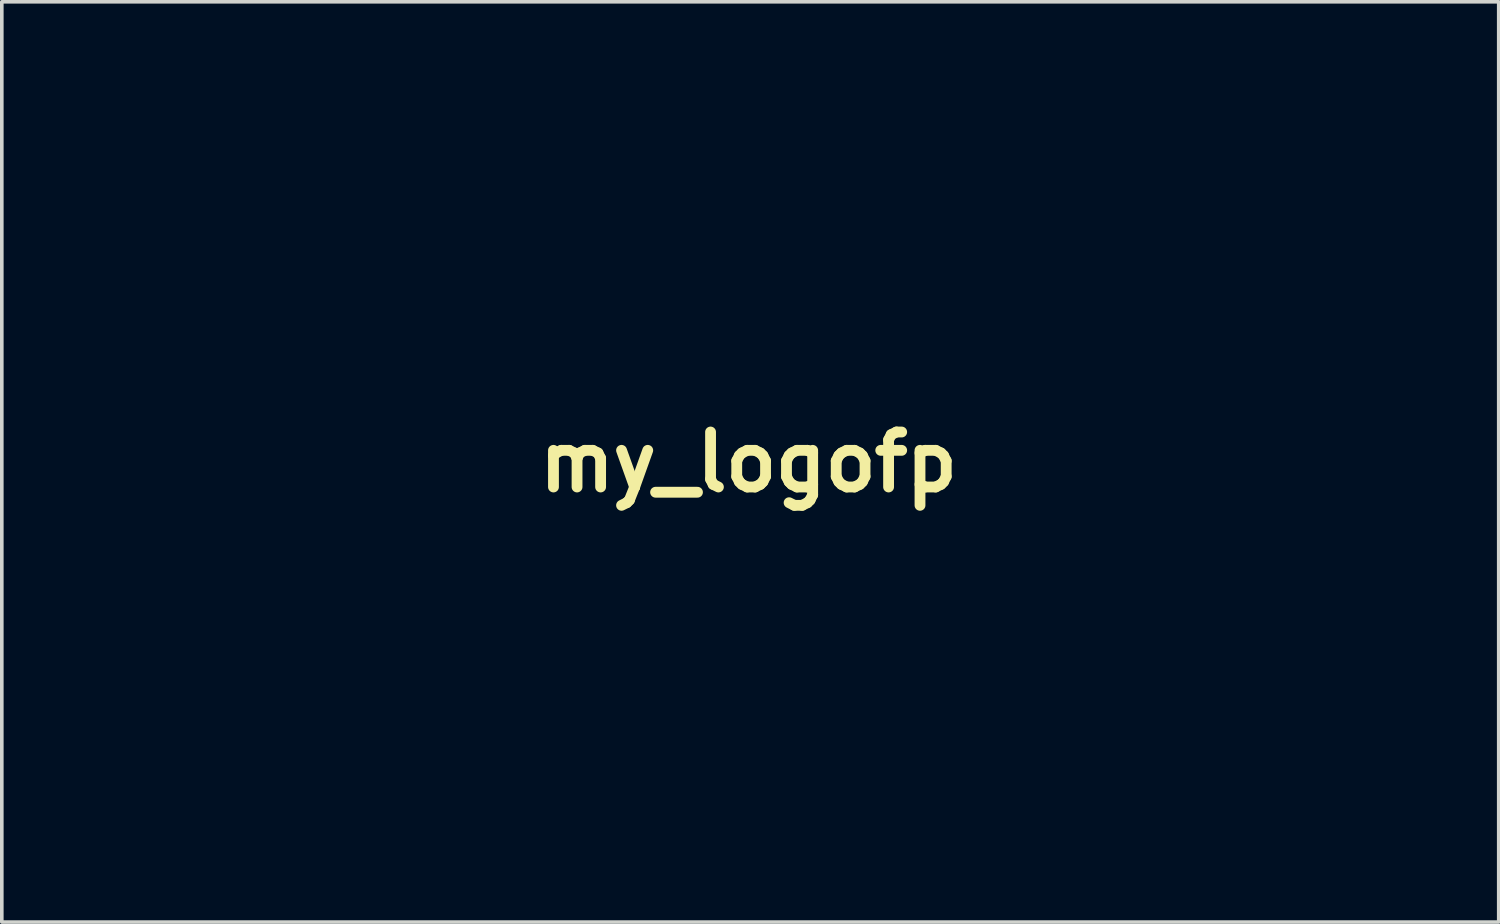
<source format=kicad_pcb>
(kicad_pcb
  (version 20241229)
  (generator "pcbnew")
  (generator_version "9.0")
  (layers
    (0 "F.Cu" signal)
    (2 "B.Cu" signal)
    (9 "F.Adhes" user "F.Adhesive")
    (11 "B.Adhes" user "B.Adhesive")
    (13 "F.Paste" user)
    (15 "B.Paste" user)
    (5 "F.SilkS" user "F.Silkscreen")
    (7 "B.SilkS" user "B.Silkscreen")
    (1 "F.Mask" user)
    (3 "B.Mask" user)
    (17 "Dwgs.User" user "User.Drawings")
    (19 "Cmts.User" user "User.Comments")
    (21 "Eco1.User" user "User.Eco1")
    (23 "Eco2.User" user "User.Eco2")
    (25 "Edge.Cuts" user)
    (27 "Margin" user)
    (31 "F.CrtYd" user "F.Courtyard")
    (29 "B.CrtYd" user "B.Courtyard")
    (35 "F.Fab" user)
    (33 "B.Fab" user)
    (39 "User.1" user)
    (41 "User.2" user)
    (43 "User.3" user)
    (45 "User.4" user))
  (footprint "my_logofp"
    (layer "F.Cu")
    (at 17.699 9.76)
    (property "Reference" "my_logofp" (at 0 0 0) (layer "F.SilkS") (effects (font (size 1.524 1.524) (thickness 0.3))))
    (attr through_hole)
    (fp_poly (pts (xy -11.684 -4.699) (xy -11.726 -4.657) (xy -11.769 -4.699) (xy -11.726 -4.741) (xy -11.684 -4.699)) (stroke (width 0.01) (type solid)) (fill no) (layer "Eco2.User"))
    (fp_poly (pts (xy -11.43 -6.562) (xy -11.472 -6.519) (xy -11.515 -6.562) (xy -11.472 -6.604) (xy -11.43 -6.562)) (stroke (width 0.01) (type solid)) (fill no) (layer "Eco2.User"))
    (fp_poly (pts (xy -10.499 -6.562) (xy -10.541 -6.519) (xy -10.583 -6.562) (xy -10.541 -6.604) (xy -10.499 -6.562)) (stroke (width 0.01) (type solid)) (fill no) (layer "Eco2.User"))
    (fp_poly (pts (xy -8.467 -6.9) (xy -8.509 -6.858) (xy -8.551 -6.9) (xy -8.509 -6.943) (xy -8.467 -6.9)) (stroke (width 0.01) (type solid)) (fill no) (layer "Eco2.User"))
    (fp_poly (pts (xy -7.535 -4.022) (xy -7.578 -3.979) (xy -7.62 -4.022) (xy -7.578 -4.064) (xy -7.535 -4.022)) (stroke (width 0.01) (type solid)) (fill no) (layer "Eco2.User"))
    (fp_poly (pts (xy -5.757 -4.784) (xy -5.8 -4.741) (xy -5.842 -4.784) (xy -5.8 -4.826) (xy -5.757 -4.784)) (stroke (width 0.01) (type solid)) (fill no) (layer "Eco2.User"))
    (fp_poly (pts (xy 8.805 -4.445) (xy 8.763 -4.403) (xy 8.721 -4.445) (xy 8.763 -4.487) (xy 8.805 -4.445)) (stroke (width 0.01) (type solid)) (fill no) (layer "Eco2.User"))
    (fp_poly (pts (xy -12.136 -4.374) (xy -12.147 -4.324) (xy -12.192 -4.318) (xy -12.262 -4.349) (xy -12.248 -4.374) (xy -12.148 -4.385) (xy -12.136 -4.374)) (stroke (width 0.01) (type solid)) (fill no) (layer "Eco2.User"))
    (fp_poly (pts (xy -11.712 -5.644) (xy -11.724 -5.594) (xy -11.769 -5.588) (xy -11.838 -5.619) (xy -11.825 -5.644) (xy -11.725 -5.655) (xy -11.712 -5.644)) (stroke (width 0.01) (type solid)) (fill no) (layer "Eco2.User"))
    (fp_poly (pts (xy -11.712 -3.104) (xy -11.724 -3.054) (xy -11.769 -3.048) (xy -11.838 -3.079) (xy -11.825 -3.104) (xy -11.725 -3.115) (xy -11.712 -3.104)) (stroke (width 0.01) (type solid)) (fill no) (layer "Eco2.User"))
    (fp_poly (pts (xy -9.679 -4.673) (xy -9.669 -4.54) (xy -9.686 -4.51) (xy -9.724 -4.536) (xy -9.73 -4.621) (xy -9.709 -4.712) (xy -9.679 -4.673)) (stroke (width 0.01) (type solid)) (fill no) (layer "Eco2.User"))
    (fp_poly (pts (xy -8.918 -6.914) (xy -8.93 -6.864) (xy -8.975 -6.858) (xy -9.044 -6.889) (xy -9.031 -6.914) (xy -8.931 -6.925) (xy -8.918 -6.914)) (stroke (width 0.01) (type solid)) (fill no) (layer "Eco2.User"))
    (fp_poly (pts (xy -8.239 -2.895) (xy -8.229 -2.762) (xy -8.246 -2.732) (xy -8.285 -2.758) (xy -8.291 -2.843) (xy -8.27 -2.934) (xy -8.239 -2.895)) (stroke (width 0.01) (type solid)) (fill no) (layer "Eco2.User"))
    (fp_poly (pts (xy -8.239 -2.556) (xy -8.229 -2.424) (xy -8.246 -2.394) (xy -8.285 -2.419) (xy -8.291 -2.505) (xy -8.27 -2.595) (xy -8.239 -2.556)) (stroke (width 0.01) (type solid)) (fill no) (layer "Eco2.User"))
    (fp_poly (pts (xy -7.31 -6.576) (xy -7.321 -6.525) (xy -7.366 -6.519) (xy -7.436 -6.55) (xy -7.422 -6.576) (xy -7.322 -6.586) (xy -7.31 -6.576)) (stroke (width 0.01) (type solid)) (fill no) (layer "Eco2.User"))
    (fp_poly (pts (xy -6.124 -5.644) (xy -6.136 -5.594) (xy -6.181 -5.588) (xy -6.25 -5.619) (xy -6.237 -5.644) (xy -6.137 -5.655) (xy -6.124 -5.644)) (stroke (width 0.01) (type solid)) (fill no) (layer "Eco2.User"))
    (fp_poly (pts (xy -6.124 -3.104) (xy -6.136 -3.054) (xy -6.181 -3.048) (xy -6.25 -3.079) (xy -6.237 -3.104) (xy -6.137 -3.115) (xy -6.124 -3.104)) (stroke (width 0.01) (type solid)) (fill no) (layer "Eco2.User"))
    (fp_poly (pts (xy -5.696 -4.369) (xy -5.721 -4.331) (xy -5.807 -4.325) (xy -5.897 -4.345) (xy -5.858 -4.376) (xy -5.726 -4.386) (xy -5.696 -4.369)) (stroke (width 0.01) (type solid)) (fill no) (layer "Eco2.User"))
    (fp_poly (pts (xy -11.027 -5.397) (xy -10.894 -5.339) (xy -10.866 -5.275) (xy -10.907 -5.173) (xy -11.015 -5.212) (xy -11.087 -5.287) (xy -11.139 -5.381) (xy -11.045 -5.398) (xy -11.027 -5.397)) (stroke (width 0.01) (type solid)) (fill no) (layer "Eco2.User"))
    (fp_poly (pts (xy -9.253 -3.11) (xy -9.239 -2.86) (xy -9.254 -2.687) (xy -9.274 -2.653) (xy -9.286 -2.764) (xy -9.289 -2.921) (xy -9.283 -3.113) (xy -9.268 -3.169) (xy -9.253 -3.11)) (stroke (width 0.01) (type solid)) (fill no) (layer "Eco2.User"))
    (fp_poly (pts (xy -5.458 -4.762) (xy -5.301 -4.72) (xy -5.249 -4.689) (xy -5.316 -4.656) (xy -5.458 -4.663) (xy -5.589 -4.701) (xy -5.623 -4.729) (xy -5.588 -4.769) (xy -5.458 -4.762)) (stroke (width 0.01) (type solid)) (fill no) (layer "Eco2.User"))
    (fp_poly (pts (xy -12.027 -4.782) (xy -11.938 -4.741) (xy -11.871 -4.678) (xy -11.951 -4.676) (xy -12.167 -4.733) (xy -12.192 -4.741) (xy -12.323 -4.791) (xy -12.298 -4.812) (xy -12.234 -4.816) (xy -12.027 -4.782)) (stroke (width 0.01) (type solid)) (fill no) (layer "Eco2.User"))
    (fp_poly (pts (xy -8.499 -6.662) (xy -8.503 -6.628) (xy -8.568 -6.529) (xy -8.685 -6.465) (xy -8.784 -6.464) (xy -8.805 -6.506) (xy -8.742 -6.591) (xy -8.644 -6.664) (xy -8.524 -6.721) (xy -8.499 -6.662)) (stroke (width 0.01) (type solid)) (fill no) (layer "Eco2.User"))
    (fp_poly (pts (xy -12.538 -5.558) (xy -12.576 -5.523) (xy -12.656 -5.379) (xy -12.588 -5.186) (xy -12.565 -5.095) (xy -12.635 -5.091) (xy -12.748 -5.168) (xy -12.785 -5.207) (xy -12.847 -5.343) (xy -12.785 -5.461) (xy -12.652 -5.567) (xy -12.584 -5.587) (xy -12.538 -5.558)) (stroke (width 0.01) (type solid)) (fill no) (layer "Eco2.User"))
    (fp_poly (pts (xy 6.724 -4.44) (xy 6.668 -4.403) (xy 6.535 -4.234) (xy 6.523 -4.005) (xy 6.619 -3.761) (xy 6.812 -3.548) (xy 6.9 -3.489) (xy 7.008 -3.416) (xy 6.97 -3.391) (xy 6.926 -3.389) (xy 6.767 -3.441) (xy 6.578 -3.57) (xy 6.57 -3.577) (xy 6.393 -3.797) (xy 6.299 -4.04) (xy 6.308 -4.247) (xy 6.328 -4.285) (xy 6.454 -4.379) (xy 6.604 -4.438) (xy 6.738 -4.468) (xy 6.724 -4.44)) (stroke (width 0.01) (type solid)) (fill no) (layer "Eco2.User"))
    (fp_poly (pts (xy -11.198 -4.972) (xy -11.122 -4.868) (xy -11.024 -4.756) (xy -10.97 -4.741) (xy -10.846 -4.684) (xy -10.683 -4.545) (xy -10.668 -4.53) (xy -10.469 -4.318) (xy -10.717 -4.319) (xy -10.873 -4.332) (xy -10.876 -4.374) (xy -10.837 -4.403) (xy -10.764 -4.47) (xy -10.821 -4.486) (xy -10.895 -4.529) (xy -10.886 -4.562) (xy -10.925 -4.627) (xy -11.082 -4.684) (xy -11.093 -4.687) (xy -11.279 -4.763) (xy -11.345 -4.866) (xy -11.297 -4.98) (xy -11.198 -4.972)) (stroke (width 0.01) (type solid)) (fill no) (layer "Eco2.User"))
    (fp_poly (pts (xy -11.165 -3.293) (xy -10.973 -3.169) (xy -10.921 -3.128) (xy -10.762 -2.976) (xy -10.724 -2.891) (xy -10.753 -2.88) (xy -10.837 -2.865) (xy -10.772 -2.808) (xy -10.753 -2.796) (xy -10.677 -2.698) (xy -10.717 -2.626) (xy -10.833 -2.598) (xy -11.005 -2.707) (xy -11.165 -2.829) (xy -11.274 -2.879) (xy -11.336 -2.948) (xy -11.345 -3.016) (xy -11.326 -3.106) (xy -11.24 -3.071) (xy -11.197 -3.039) (xy -11.105 -2.972) (xy -11.122 -3.006) (xy -11.007 -3.006) (xy -10.964 -2.963) (xy -10.922 -3.006) (xy -10.964 -3.048) (xy -11.007 -3.006) (xy -11.122 -3.006) (xy -11.124 -3.01) (xy -11.203 -3.105) (xy -11.304 -3.259) (xy -11.283 -3.322) (xy -11.165 -3.293)) (stroke (width 0.01) (type solid)) (fill no) (layer "Eco2.User"))
    (fp_poly (pts (xy 13.835 3.307) (xy 14.243 3.323) (xy 14.53 3.346) (xy 14.677 3.377) (xy 14.69 3.387) (xy 14.641 3.433) (xy 14.437 3.462) (xy 14.102 3.471) (xy 13.462 3.471) (xy 13.462 6.477) (xy 13.461 7.279) (xy 13.459 7.927) (xy 13.453 8.437) (xy 13.445 8.825) (xy 13.432 9.106) (xy 13.415 9.297) (xy 13.393 9.413) (xy 13.365 9.469) (xy 13.335 9.483) (xy 13.301 9.465) (xy 13.274 9.402) (xy 13.252 9.278) (xy 13.236 9.077) (xy 13.224 8.784) (xy 13.216 8.382) (xy 13.211 7.856) (xy 13.209 7.19) (xy 13.208 6.477) (xy 13.208 3.471) (xy 12.615 3.471) (xy 12.311 3.46) (xy 12.101 3.43) (xy 12.023 3.387) (xy 12.023 3.387) (xy 12.105 3.353) (xy 12.342 3.326) (xy 12.721 3.309) (xy 13.228 3.302) (xy 13.33 3.302) (xy 13.835 3.307)) (stroke (width 0.01) (type solid)) (fill no) (layer "Eco2.User"))
    (fp_poly (pts (xy 9.178 3.532) (xy 9.206 3.597) (xy 9.229 3.724) (xy 9.247 3.93) (xy 9.261 4.23) (xy 9.272 4.64) (xy 9.281 5.176) (xy 9.288 5.854) (xy 9.293 6.456) (xy 9.316 9.398) (xy 10.119 9.398) (xy 10.498 9.406) (xy 10.77 9.43) (xy 10.909 9.466) (xy 10.922 9.483) (xy 10.844 9.525) (xy 10.639 9.553) (xy 10.347 9.569) (xy 10.009 9.571) (xy 9.666 9.562) (xy 9.359 9.542) (xy 9.129 9.51) (xy 9.017 9.467) (xy 9.013 9.461) (xy 9.004 9.354) (xy 8.997 9.098) (xy 8.992 8.713) (xy 8.99 8.219) (xy 8.989 7.637) (xy 8.991 6.987) (xy 8.995 6.434) (xy 9.002 5.644) (xy 9.009 5.008) (xy 9.019 4.509) (xy 9.03 4.132) (xy 9.046 3.861) (xy 9.065 3.679) (xy 9.089 3.572) (xy 9.119 3.522) (xy 9.144 3.514) (xy 9.178 3.532)) (stroke (width 0.01) (type solid)) (fill no) (layer "Eco2.User"))
    (fp_poly (pts (xy -8.808 -7.495) (xy -8.398 -7.474) (xy -8.033 -7.438) (xy -7.746 -7.388) (xy -7.572 -7.327) (xy -7.535 -7.28) (xy -7.61 -7.236) (xy -7.793 -7.214) (xy -7.831 -7.214) (xy -8.033 -7.235) (xy -8.075 -7.299) (xy -8.069 -7.311) (xy -8.075 -7.344) (xy -8.157 -7.29) (xy -8.304 -7.216) (xy -8.483 -7.255) (xy -8.522 -7.272) (xy -8.693 -7.333) (xy -8.78 -7.335) (xy -8.743 -7.284) (xy -8.642 -7.241) (xy -8.502 -7.163) (xy -8.467 -7.101) (xy -8.524 -7.082) (xy -8.655 -7.15) (xy -8.88 -7.251) (xy -9.122 -7.281) (xy -9.323 -7.24) (xy -9.424 -7.133) (xy -9.456 -7.03) (xy -9.47 -7.092) (xy -9.473 -7.135) (xy -9.5 -7.217) (xy -9.593 -7.256) (xy -9.79 -7.259) (xy -9.991 -7.247) (xy -10.31 -7.237) (xy -10.466 -7.26) (xy -10.459 -7.308) (xy -10.292 -7.371) (xy -9.97 -7.44) (xy -9.628 -7.48) (xy -9.229 -7.497) (xy -8.808 -7.495)) (stroke (width 0.01) (type solid)) (fill no) (layer "Eco2.User"))
    (fp_poly (pts (xy -10.008 -6.882) (xy -9.948 -6.752) (xy -9.835 -6.402) (xy -9.732 -6.205) (xy -9.631 -6.147) (xy -9.602 -6.153) (xy -9.508 -6.264) (xy -9.483 -6.396) (xy -9.448 -6.575) (xy -9.368 -6.659) (xy -9.277 -6.614) (xy -9.272 -6.605) (xy -9.272 -6.526) (xy -9.299 -6.519) (xy -9.366 -6.446) (xy -9.416 -6.269) (xy -9.416 -6.265) (xy -9.415 -6.069) (xy -9.341 -6.011) (xy -9.295 -5.975) (xy -9.262 -5.853) (xy -9.242 -5.624) (xy -9.231 -5.265) (xy -9.229 -4.826) (xy -9.232 -4.4) (xy -9.239 -4.042) (xy -9.251 -3.782) (xy -9.266 -3.651) (xy -9.271 -3.641) (xy -9.288 -3.72) (xy -9.303 -3.937) (xy -9.315 -4.26) (xy -9.323 -4.657) (xy -9.323 -4.72) (xy -9.326 -5.133) (xy -9.327 -5.485) (xy -9.325 -5.74) (xy -9.322 -5.865) (xy -9.321 -5.869) (xy -9.363 -5.901) (xy -9.397 -5.885) (xy -9.505 -5.905) (xy -9.671 -6.022) (xy -9.734 -6.08) (xy -9.897 -6.224) (xy -10.008 -6.288) (xy -10.027 -6.285) (xy -10.073 -6.291) (xy -10.125 -6.416) (xy -10.191 -6.684) (xy -10.197 -6.71) (xy -10.193 -6.889) (xy -10.113 -6.95) (xy -10.008 -6.882)) (stroke (width 0.01) (type solid)) (fill no) (layer "Eco2.User"))
    (fp_poly (pts (xy -12.775 -5.098) (xy -12.69 -4.974) (xy -12.585 -4.809) (xy -12.514 -4.734) (xy -12.509 -4.651) (xy -12.585 -4.565) (xy -12.688 -4.489) (xy -12.685 -4.528) (xy -12.661 -4.572) (xy -12.63 -4.65) (xy -12.682 -4.614) (xy -12.769 -4.473) (xy -12.83 -4.297) (xy -12.851 -4.126) (xy -12.785 -4.067) (xy -12.747 -4.064) (xy -12.653 -4.105) (xy -12.662 -4.155) (xy -12.646 -4.186) (xy -12.537 -4.134) (xy -12.431 -4.042) (xy -12.464 -3.998) (xy -12.578 -3.91) (xy -12.671 -3.765) (xy -12.718 -3.631) (xy -12.692 -3.603) (xy -12.639 -3.565) (xy -12.615 -3.407) (xy -12.615 -3.392) (xy -12.626 -3.192) (xy -12.667 -3.144) (xy -12.757 -3.232) (xy -12.762 -3.239) (xy -12.869 -3.446) (xy -12.949 -3.774) (xy -12.958 -3.852) (xy -12.954 -3.852) (xy -12.912 -3.81) (xy -12.869 -3.852) (xy -12.912 -3.895) (xy -12.954 -3.852) (xy -12.958 -3.852) (xy -13.007 -4.244) (xy -13.011 -4.298) (xy -13.029 -4.593) (xy -13.016 -4.751) (xy -12.968 -4.801) (xy -12.942 -4.798) (xy -12.874 -4.791) (xy -12.89 -4.805) (xy -12.946 -4.904) (xy -12.947 -5.051) (xy -12.9 -5.155) (xy -12.872 -5.165) (xy -12.775 -5.098)) (stroke (width 0.01) (type solid)) (fill no) (layer "Eco2.User"))
    (fp_poly (pts (xy 16.848 3.511) (xy 17.042 3.571) (xy 17.162 3.635) (xy 17.324 3.743) (xy 17.452 3.857) (xy 17.552 3.998) (xy 17.626 4.185) (xy 17.679 4.44) (xy 17.715 4.783) (xy 17.738 5.233) (xy 17.753 5.812) (xy 17.763 6.538) (xy 17.764 6.57) (xy 17.79 8.78) (xy 17.556 9.058) (xy 17.278 9.317) (xy 16.942 9.478) (xy 16.511 9.555) (xy 16.176 9.567) (xy 15.862 9.563) (xy 15.679 9.541) (xy 15.585 9.49) (xy 15.541 9.399) (xy 15.535 9.377) (xy 15.525 9.249) (xy 15.517 8.973) (xy 15.511 8.57) (xy 15.508 8.062) (xy 15.507 7.47) (xy 15.509 6.816) (xy 15.513 6.35) (xy 15.535 3.641) (xy 15.833 3.641) (xy 15.833 9.313) (xy 16.38 9.313) (xy 16.695 9.305) (xy 16.905 9.264) (xy 17.076 9.173) (xy 17.232 9.046) (xy 17.536 8.779) (xy 17.51 6.612) (xy 17.5 5.934) (xy 17.489 5.403) (xy 17.475 4.999) (xy 17.456 4.699) (xy 17.431 4.483) (xy 17.398 4.328) (xy 17.355 4.213) (xy 17.334 4.171) (xy 17.083 3.872) (xy 16.721 3.696) (xy 16.26 3.641) (xy 15.833 3.641) (xy 15.535 3.641) (xy 15.536 3.514) (xy 16.214 3.491) (xy 16.589 3.487) (xy 16.848 3.511)) (stroke (width 0.01) (type solid)) (fill no) (layer "Eco2.User"))
    (fp_poly (pts (xy -11.515 -4.39) (xy -11.311 -4.266) (xy -11.261 -4.135) (xy -11.296 -4.021) (xy -11.358 -4.03) (xy -11.416 -4.04) (xy -11.395 -3.991) (xy -11.283 -3.936) (xy -11.235 -3.953) (xy -11.028 -4.027) (xy -10.883 -3.98) (xy -10.837 -3.849) (xy -10.775 -3.644) (xy -10.694 -3.545) (xy -10.6 -3.483) (xy -10.614 -3.535) (xy -10.614 -3.625) (xy -10.546 -3.641) (xy -10.457 -3.69) (xy -10.418 -3.857) (xy -10.414 -3.99) (xy -10.403 -4.205) (xy -10.363 -4.276) (xy -10.308 -4.251) (xy -10.267 -4.137) (xy -10.232 -3.893) (xy -10.204 -3.557) (xy -10.184 -3.165) (xy -10.174 -2.754) (xy -10.174 -2.36) (xy -10.184 -2.021) (xy -10.206 -1.774) (xy -10.241 -1.654) (xy -10.245 -1.651) (xy -10.288 -1.702) (xy -10.317 -1.911) (xy -10.329 -2.268) (xy -10.329 -2.358) (xy -10.329 -3.117) (xy -10.749 -3.429) (xy -10.499 -3.429) (xy -10.456 -3.387) (xy -10.414 -3.429) (xy -10.456 -3.471) (xy -10.499 -3.429) (xy -10.749 -3.429) (xy -10.901 -3.542) (xy -11.28 -3.839) (xy -11.294 -3.852) (xy -11.091 -3.852) (xy -11.049 -3.81) (xy -11.007 -3.852) (xy -11.049 -3.895) (xy -11.091 -3.852) (xy -11.294 -3.852) (xy -11.557 -4.087) (xy -11.724 -4.275) (xy -11.776 -4.394) (xy -11.703 -4.434) (xy -11.515 -4.39)) (stroke (width 0.01) (type solid)) (fill no) (layer "Eco2.User"))
    (fp_poly (pts (xy -8.796 3.711) (xy -8.497 3.906) (xy -8.365 4.074) (xy -8.307 4.294) (xy -8.297 4.509) (xy -8.323 4.78) (xy -8.385 4.894) (xy -8.458 4.85) (xy -8.518 4.649) (xy -8.535 4.504) (xy -8.623 4.164) (xy -8.833 3.939) (xy -9.167 3.826) (xy -9.403 3.81) (xy -9.721 3.84) (xy -9.964 3.949) (xy -10.069 4.029) (xy -10.329 4.248) (xy -10.329 6.52) (xy -10.327 7.129) (xy -10.322 7.687) (xy -10.314 8.169) (xy -10.303 8.553) (xy -10.29 8.814) (xy -10.277 8.929) (xy -10.118 9.127) (xy -9.851 9.253) (xy -9.526 9.304) (xy -9.19 9.272) (xy -8.892 9.152) (xy -8.812 9.094) (xy -8.639 8.917) (xy -8.565 8.724) (xy -8.551 8.501) (xy -8.534 8.253) (xy -8.476 8.142) (xy -8.424 8.128) (xy -8.343 8.175) (xy -8.304 8.336) (xy -8.297 8.535) (xy -8.318 8.82) (xy -8.398 9.016) (xy -8.53 9.165) (xy -8.898 9.435) (xy -9.286 9.548) (xy -9.721 9.508) (xy -9.945 9.44) (xy -10.315 9.233) (xy -10.551 8.923) (xy -10.629 8.677) (xy -10.642 8.523) (xy -10.652 8.227) (xy -10.657 7.814) (xy -10.659 7.312) (xy -10.657 6.747) (xy -10.652 6.333) (xy -10.626 4.244) (xy -10.383 3.991) (xy -10.043 3.746) (xy -9.633 3.616) (xy -9.202 3.604) (xy -8.796 3.711)) (stroke (width 0.01) (type solid)) (fill no) (layer "Eco2.User"))
    (fp_poly (pts (xy 0.48 3.492) (xy 0.828 3.565) (xy 1.087 3.707) (xy 1.296 3.933) (xy 1.368 4.041) (xy 1.428 4.143) (xy 1.475 4.248) (xy 1.511 4.378) (xy 1.537 4.554) (xy 1.556 4.799) (xy 1.57 5.134) (xy 1.58 5.582) (xy 1.588 6.164) (xy 1.594 6.569) (xy 1.621 8.778) (xy 1.386 9.057) (xy 1.165 9.267) (xy 0.921 9.43) (xy 0.875 9.452) (xy 0.673 9.504) (xy 0.385 9.542) (xy 0.061 9.564) (xy -0.248 9.567) (xy -0.493 9.551) (xy -0.62 9.511) (xy -0.621 9.511) (xy -0.634 9.416) (xy -0.646 9.171) (xy -0.657 8.796) (xy -0.665 8.311) (xy -0.672 7.734) (xy -0.676 7.086) (xy -0.677 6.463) (xy -0.677 3.641) (xy -0.339 3.641) (xy -0.339 9.313) (xy 0.22 9.313) (xy 0.53 9.307) (xy 0.732 9.273) (xy 0.886 9.19) (xy 1.054 9.038) (xy 1.074 9.018) (xy 1.37 8.723) (xy 1.341 6.584) (xy 1.331 5.924) (xy 1.321 5.411) (xy 1.309 5.023) (xy 1.292 4.737) (xy 1.269 4.531) (xy 1.237 4.382) (xy 1.195 4.269) (xy 1.14 4.168) (xy 1.124 4.142) (xy 0.896 3.866) (xy 0.608 3.707) (xy 0.218 3.644) (xy 0.081 3.641) (xy -0.339 3.641) (xy -0.677 3.641) (xy -0.677 3.471) (xy 0.004 3.471) (xy 0.48 3.492)) (stroke (width 0.01) (type solid)) (fill no) (layer "Eco2.User"))
    (fp_poly (pts (xy -7.226 -6.157) (xy -7.241 -6.144) (xy -7.387 -6.12) (xy -7.571 -6.048) (xy -7.62 -5.917) (xy -7.664 -5.787) (xy -7.726 -5.764) (xy -7.946 -5.776) (xy -8.067 -5.719) (xy -8.118 -5.559) (xy -8.128 -5.289) (xy -8.098 -4.957) (xy -8.012 -4.776) (xy -7.872 -4.751) (xy -7.746 -4.827) (xy -7.647 -4.943) (xy -7.624 -5.033) (xy -7.684 -5.047) (xy -7.718 -5.03) (xy -7.777 -5.019) (xy -7.762 -5.056) (xy -7.647 -5.108) (xy -7.507 -5.103) (xy -7.329 -5.131) (xy -7.224 -5.255) (xy -7.227 -5.292) (xy -7.112 -5.292) (xy -7.07 -5.249) (xy -7.027 -5.292) (xy -7.07 -5.334) (xy -7.112 -5.292) (xy -7.227 -5.292) (xy -7.238 -5.416) (xy -7.244 -5.426) (xy -7.247 -5.495) (xy -7.146 -5.48) (xy -7.027 -5.415) (xy -6.964 -5.343) (xy -7.012 -5.249) (xy -7.149 -5.125) (xy -7.329 -5.005) (xy -7.462 -4.965) (xy -7.48 -4.971) (xy -7.523 -4.967) (xy -7.507 -4.933) (xy -7.536 -4.836) (xy -7.672 -4.689) (xy -7.769 -4.611) (xy -7.985 -4.44) (xy -8.153 -4.289) (xy -8.191 -4.247) (xy -8.274 -4.161) (xy -8.297 -4.216) (xy -8.297 -4.254) (xy -8.249 -4.407) (xy -8.209 -4.447) (xy -8.156 -4.562) (xy -8.166 -4.644) (xy -8.2 -4.808) (xy -8.237 -5.067) (xy -8.255 -5.222) (xy -8.274 -5.481) (xy -8.244 -5.641) (xy -8.135 -5.771) (xy -7.942 -5.919) (xy -7.679 -6.078) (xy -7.444 -6.162) (xy -7.37 -6.168) (xy -7.226 -6.157)) (stroke (width 0.01) (type solid)) (fill no) (layer "Eco2.User"))
    (fp_poly (pts (xy -4.919 3.574) (xy -4.891 3.637) (xy -4.87 3.761) (xy -4.853 3.963) (xy -4.842 4.258) (xy -4.834 4.662) (xy -4.829 5.191) (xy -4.826 5.861) (xy -4.826 6.519) (xy -4.827 7.315) (xy -4.829 7.957) (xy -4.835 8.461) (xy -4.843 8.843) (xy -4.856 9.12) (xy -4.873 9.306) (xy -4.896 9.418) (xy -4.925 9.471) (xy -4.953 9.483) (xy -4.999 9.461) (xy -5.033 9.381) (xy -5.056 9.222) (xy -5.071 8.96) (xy -5.078 8.575) (xy -5.08 8.044) (xy -5.08 8.001) (xy -5.08 6.519) (xy -6.773 6.519) (xy -6.773 8.001) (xy -6.775 8.543) (xy -6.782 8.938) (xy -6.796 9.207) (xy -6.818 9.373) (xy -6.851 9.458) (xy -6.897 9.483) (xy -6.9 9.483) (xy -6.947 9.461) (xy -6.981 9.381) (xy -7.004 9.222) (xy -7.018 8.96) (xy -7.025 8.575) (xy -7.027 8.044) (xy -7.027 8.001) (xy -7.027 6.519) (xy -7.281 6.519) (xy -7.46 6.495) (xy -7.535 6.436) (xy -7.535 6.435) (xy -7.462 6.375) (xy -7.284 6.35) (xy -7.281 6.35) (xy -7.027 6.35) (xy -7.027 4.953) (xy -7.025 4.427) (xy -7.018 4.049) (xy -7.002 3.795) (xy -6.978 3.643) (xy -6.942 3.571) (xy -6.902 3.556) (xy -6.855 3.581) (xy -6.819 3.671) (xy -6.793 3.848) (xy -6.775 4.134) (xy -6.762 4.552) (xy -6.754 4.932) (xy -6.731 6.308) (xy -5.905 6.332) (xy -5.08 6.356) (xy -5.08 4.956) (xy -5.078 4.431) (xy -5.071 4.053) (xy -5.056 3.799) (xy -5.032 3.646) (xy -4.996 3.573) (xy -4.953 3.556) (xy -4.919 3.574)) (stroke (width 0.01) (type solid)) (fill no) (layer "Eco2.User"))
    (fp_poly (pts (xy -17.512 3.539) (xy -17.44 3.639) (xy -17.341 3.825) (xy -17.207 4.115) (xy -17.025 4.529) (xy -16.852 4.934) (xy -16.669 5.353) (xy -16.508 5.706) (xy -16.38 5.969) (xy -16.297 6.118) (xy -16.272 6.14) (xy -16.226 6.051) (xy -16.127 5.832) (xy -15.987 5.511) (xy -15.82 5.117) (xy -15.706 4.847) (xy -15.509 4.377) (xy -15.347 4.008) (xy -15.218 3.747) (xy -15.117 3.6) (xy -15.042 3.574) (xy -14.989 3.676) (xy -14.956 3.913) (xy -14.94 4.291) (xy -14.937 4.817) (xy -14.943 5.499) (xy -14.957 6.342) (xy -14.959 6.45) (xy -14.975 7.282) (xy -14.992 7.958) (xy -15.011 8.493) (xy -15.034 8.9) (xy -15.062 9.195) (xy -15.097 9.389) (xy -15.139 9.499) (xy -15.19 9.537) (xy -15.248 9.52) (xy -15.266 9.427) (xy -15.278 9.185) (xy -15.287 8.816) (xy -15.29 8.34) (xy -15.288 7.779) (xy -15.28 7.152) (xy -15.277 6.96) (xy -15.232 4.445) (xy -15.695 5.546) (xy -15.87 5.944) (xy -16.032 6.281) (xy -16.166 6.53) (xy -16.258 6.659) (xy -16.276 6.671) (xy -16.362 6.606) (xy -16.498 6.385) (xy -16.684 6.007) (xy -16.897 5.528) (xy -17.399 4.36) (xy -17.421 6.897) (xy -17.43 7.67) (xy -17.441 8.287) (xy -17.456 8.763) (xy -17.475 9.112) (xy -17.501 9.348) (xy -17.534 9.486) (xy -17.575 9.54) (xy -17.626 9.523) (xy -17.637 9.512) (xy -17.654 9.414) (xy -17.668 9.171) (xy -17.679 8.806) (xy -17.687 8.344) (xy -17.692 7.808) (xy -17.694 7.221) (xy -17.694 6.607) (xy -17.692 5.99) (xy -17.687 5.393) (xy -17.679 4.839) (xy -17.669 4.353) (xy -17.657 3.957) (xy -17.643 3.676) (xy -17.626 3.533) (xy -17.62 3.52) (xy -17.569 3.505) (xy -17.512 3.539)) (stroke (width 0.01) (type solid)) (fill no) (layer "Eco2.User"))
    (fp_poly (pts (xy -2.669 3.49) (xy -2.638 3.518) (xy -2.607 3.617) (xy -2.55 3.864) (xy -2.472 4.238) (xy -2.376 4.721) (xy -2.266 5.292) (xy -2.146 5.932) (xy -2.039 6.519) (xy -1.914 7.206) (xy -1.798 7.844) (xy -1.693 8.412) (xy -1.604 8.892) (xy -1.534 9.261) (xy -1.488 9.502) (xy -1.469 9.588) (xy -1.497 9.704) (xy -1.606 9.744) (xy -1.712 9.683) (xy -1.718 9.673) (xy -1.746 9.568) (xy -1.794 9.334) (xy -1.856 9.006) (xy -1.911 8.696) (xy -2.07 7.783) (xy -2.664 7.807) (xy -3.259 7.832) (xy -3.401 8.721) (xy -3.46 9.086) (xy -3.508 9.383) (xy -3.54 9.576) (xy -3.55 9.631) (xy -3.626 9.649) (xy -3.694 9.652) (xy -3.788 9.61) (xy -3.793 9.46) (xy -3.786 9.419) (xy -3.677 8.821) (xy -3.61 8.372) (xy -3.585 8.059) (xy -3.6 7.867) (xy -3.648 7.785) (xy -3.717 7.71) (xy -3.645 7.621) (xy -3.62 7.602) (xy -3.564 7.527) (xy -3.545 7.475) (xy -3.161 7.475) (xy -3.16 7.556) (xy -3.062 7.59) (xy -2.846 7.613) (xy -2.61 7.62) (xy -2.329 7.616) (xy -2.181 7.594) (xy -2.13 7.539) (xy -2.141 7.438) (xy -2.143 7.429) (xy -2.172 7.283) (xy -2.225 7.003) (xy -2.294 6.623) (xy -2.374 6.177) (xy -2.422 5.907) (xy -2.504 5.461) (xy -2.579 5.085) (xy -2.642 4.805) (xy -2.687 4.647) (xy -2.704 4.623) (xy -2.735 4.722) (xy -2.783 4.954) (xy -2.843 5.285) (xy -2.91 5.683) (xy -2.978 6.113) (xy -3.043 6.541) (xy -3.098 6.933) (xy -3.139 7.256) (xy -3.161 7.475) (xy -3.545 7.475) (xy -3.506 7.372) (xy -3.443 7.121) (xy -3.369 6.756) (xy -3.282 6.26) (xy -3.177 5.615) (xy -3.167 5.546) (xy -3.059 4.873) (xy -2.97 4.353) (xy -2.896 3.969) (xy -2.833 3.706) (xy -2.777 3.549) (xy -2.724 3.482) (xy -2.669 3.49)) (stroke (width 0.01) (type solid)) (fill no) (layer "Eco2.User"))
    (fp_poly (pts (xy 3.596 3.49) (xy 3.627 3.518) (xy 3.658 3.617) (xy 3.715 3.864) (xy 3.793 4.238) (xy 3.889 4.721) (xy 3.999 5.292) (xy 4.119 5.932) (xy 4.227 6.519) (xy 4.351 7.206) (xy 4.468 7.844) (xy 4.572 8.412) (xy 4.661 8.892) (xy 4.731 9.261) (xy 4.778 9.502) (xy 4.796 9.588) (xy 4.768 9.704) (xy 4.66 9.744) (xy 4.553 9.683) (xy 4.547 9.673) (xy 4.52 9.568) (xy 4.471 9.334) (xy 4.409 9.006) (xy 4.354 8.696) (xy 4.195 7.783) (xy 3.601 7.807) (xy 3.007 7.832) (xy 2.864 8.721) (xy 2.805 9.086) (xy 2.757 9.383) (xy 2.725 9.576) (xy 2.716 9.631) (xy 2.64 9.649) (xy 2.572 9.652) (xy 2.477 9.61) (xy 2.472 9.46) (xy 2.479 9.419) (xy 2.588 8.821) (xy 2.655 8.372) (xy 2.68 8.059) (xy 2.665 7.867) (xy 2.617 7.785) (xy 2.548 7.71) (xy 2.62 7.621) (xy 2.646 7.602) (xy 2.701 7.527) (xy 2.721 7.475) (xy 3.104 7.475) (xy 3.106 7.556) (xy 3.203 7.59) (xy 3.42 7.613) (xy 3.655 7.62) (xy 3.936 7.616) (xy 4.085 7.594) (xy 4.135 7.539) (xy 4.125 7.438) (xy 4.123 7.429) (xy 4.093 7.283) (xy 4.041 7.003) (xy 3.971 6.623) (xy 3.891 6.177) (xy 3.844 5.907) (xy 3.762 5.461) (xy 3.686 5.085) (xy 3.623 4.805) (xy 3.578 4.647) (xy 3.561 4.623) (xy 3.53 4.722) (xy 3.482 4.954) (xy 3.422 5.285) (xy 3.356 5.683) (xy 3.287 6.113) (xy 3.223 6.541) (xy 3.167 6.933) (xy 3.126 7.256) (xy 3.104 7.475) (xy 2.721 7.475) (xy 2.759 7.372) (xy 2.823 7.121) (xy 2.896 6.756) (xy 2.983 6.26) (xy 3.088 5.615) (xy 3.099 5.546) (xy 3.207 4.873) (xy 3.295 4.353) (xy 3.369 3.969) (xy 3.432 3.706) (xy 3.488 3.549) (xy 3.542 3.482) (xy 3.596 3.49)) (stroke (width 0.01) (type solid)) (fill no) (layer "Eco2.User"))
    (fp_poly (pts (xy -12.726 3.589) (xy -12.641 3.837) (xy -12.624 3.916) (xy -12.558 4.253) (xy -12.475 4.694) (xy -12.378 5.213) (xy -12.273 5.789) (xy -12.162 6.397) (xy -12.05 7.013) (xy -11.942 7.614) (xy -11.842 8.177) (xy -11.753 8.678) (xy -11.681 9.094) (xy -11.629 9.401) (xy -11.602 9.575) (xy -11.599 9.604) (xy -11.658 9.72) (xy -11.713 9.737) (xy -11.784 9.665) (xy -11.86 9.443) (xy -11.944 9.064) (xy -11.979 8.869) (xy -12.046 8.497) (xy -12.106 8.182) (xy -12.152 7.966) (xy -12.17 7.895) (xy -12.284 7.828) (xy -12.563 7.794) (xy -12.782 7.789) (xy -13.354 7.789) (xy -13.455 8.445) (xy -13.529 8.917) (xy -13.584 9.247) (xy -13.628 9.46) (xy -13.666 9.581) (xy -13.706 9.637) (xy -13.753 9.652) (xy -13.768 9.652) (xy -13.836 9.634) (xy -13.872 9.562) (xy -13.874 9.409) (xy -13.844 9.15) (xy -13.78 8.757) (xy -13.758 8.636) (xy -13.691 8.254) (xy -13.653 8.008) (xy -13.642 7.869) (xy -13.66 7.806) (xy -13.707 7.79) (xy -13.758 7.789) (xy -13.873 7.749) (xy -13.857 7.666) (xy -13.736 7.601) (xy -13.682 7.564) (xy -13.678 7.556) (xy -13.294 7.556) (xy -13.216 7.59) (xy -13.016 7.613) (xy -12.785 7.62) (xy -12.502 7.614) (xy -12.349 7.588) (xy -12.287 7.527) (xy -12.277 7.441) (xy -12.292 7.281) (xy -12.334 6.996) (xy -12.394 6.624) (xy -12.468 6.203) (xy -12.546 5.77) (xy -12.623 5.366) (xy -12.692 5.026) (xy -12.746 4.791) (xy -12.77 4.71) (xy -12.807 4.726) (xy -12.861 4.903) (xy -12.931 5.235) (xy -13.015 5.715) (xy -13.064 6.022) (xy -13.139 6.503) (xy -13.203 6.925) (xy -13.253 7.26) (xy -13.285 7.481) (xy -13.294 7.556) (xy -13.678 7.556) (xy -13.631 7.471) (xy -13.578 7.301) (xy -13.519 7.034) (xy -13.449 6.652) (xy -13.363 6.133) (xy -13.303 5.749) (xy -13.217 5.201) (xy -13.137 4.697) (xy -13.068 4.266) (xy -13.015 3.937) (xy -12.982 3.737) (xy -12.976 3.704) (xy -12.909 3.514) (xy -12.821 3.479) (xy -12.726 3.589)) (stroke (width 0.01) (type solid)) (fill no) (layer "Eco2.User"))
    (fp_poly (pts (xy -10.772 -7.128) (xy -10.771 -7.124) (xy -10.67 -7.042) (xy -10.581 -7.027) (xy -10.416 -6.995) (xy -10.39 -6.93) (xy -10.508 -6.88) (xy -10.565 -6.875) (xy -10.847 -6.858) (xy -10.996 -6.818) (xy -11.048 -6.738) (xy -11.048 -6.653) (xy -11.026 -6.461) (xy -11.017 -6.378) (xy -10.939 -6.28) (xy -10.774 -6.19) (xy -10.618 -6.127) (xy -10.615 -6.106) (xy -10.753 -6.108) (xy -11.084 -6.106) (xy -11.266 -6.066) (xy -11.318 -5.974) (xy -11.257 -5.819) (xy -11.236 -5.784) (xy -11.229 -5.664) (xy -11.259 -5.631) (xy -11.333 -5.65) (xy -11.345 -5.712) (xy -11.419 -5.862) (xy -11.599 -5.96) (xy -11.826 -5.982) (xy -11.98 -5.942) (xy -12.157 -5.794) (xy -12.203 -5.605) (xy -12.132 -5.422) (xy -11.96 -5.289) (xy -11.757 -5.249) (xy -11.557 -5.221) (xy -11.477 -5.156) (xy -11.534 -5.081) (xy -11.621 -5.048) (xy -11.913 -4.989) (xy -12.088 -5.022) (xy -12.163 -5.136) (xy -11.994 -5.136) (xy -11.983 -5.086) (xy -11.938 -5.08) (xy -11.868 -5.111) (xy -11.882 -5.136) (xy -11.982 -5.147) (xy -11.994 -5.136) (xy -12.163 -5.136) (xy -12.184 -5.168) (xy -12.234 -5.417) (xy -12.275 -5.663) (xy -12.322 -5.773) (xy -12.397 -5.78) (xy -12.449 -5.756) (xy -12.554 -5.711) (xy -12.552 -5.769) (xy -12.505 -5.864) (xy -12.33 -6.122) (xy -12.245 -6.213) (xy -12.078 -6.213) (xy -12.065 -6.181) (xy -11.989 -6.1) (xy -11.975 -6.096) (xy -11.939 -6.162) (xy -11.938 -6.181) (xy -12.003 -6.262) (xy -12.028 -6.265) (xy -12.078 -6.213) (xy -12.245 -6.213) (xy -12.149 -6.317) (xy -11.853 -6.317) (xy -11.816 -6.219) (xy -11.769 -6.223) (xy -11.69 -6.223) (xy -11.684 -6.197) (xy -11.613 -6.14) (xy -11.493 -6.129) (xy -11.361 -6.163) (xy -11.324 -6.281) (xy -11.332 -6.392) (xy -11.373 -6.617) (xy -11.437 -6.685) (xy -11.544 -6.605) (xy -11.596 -6.544) (xy -11.72 -6.426) (xy -11.8 -6.41) (xy -11.844 -6.389) (xy -11.853 -6.317) (xy -12.149 -6.317) (xy -12.093 -6.377) (xy -11.831 -6.601) (xy -11.579 -6.763) (xy -11.376 -6.835) (xy -11.304 -6.828) (xy -11.194 -6.84) (xy -11.176 -6.9) (xy -11.12 -7.021) (xy -10.993 -7.122) (xy -10.856 -7.169) (xy -10.772 -7.128)) (stroke (width 0.01) (type solid)) (fill no) (layer "Eco2.User"))
    (fp_poly (pts (xy -5.258 -4.503) (xy -5.249 -4.445) (xy -5.201 -4.332) (xy -5.16 -4.318) (xy -5.109 -4.37) (xy -5.122 -4.403) (xy -5.119 -4.481) (xy -5.09 -4.487) (xy -5.021 -4.427) (xy -5.027 -4.288) (xy -5.095 -4.138) (xy -5.186 -4.053) (xy -5.283 -3.948) (xy -5.26 -3.853) (xy -5.14 -3.835) (xy -5.114 -3.844) (xy -5.022 -3.853) (xy -5.008 -3.769) (xy -5.075 -3.573) (xy -5.199 -3.303) (xy -5.362 -3.003) (xy -5.551 -2.711) (xy -5.741 -2.46) (xy -5.905 -2.285) (xy -6.017 -2.219) (xy -6.028 -2.221) (xy -6.086 -2.308) (xy -6.081 -2.33) (xy -6.007 -2.394) (xy -5.99 -2.392) (xy -5.927 -2.431) (xy -5.927 -2.441) (xy -5.983 -2.56) (xy -6.148 -2.554) (xy -6.227 -2.523) (xy -6.425 -2.432) (xy -6.252 -2.292) (xy -6.135 -2.182) (xy -6.147 -2.103) (xy -6.231 -2.028) (xy -6.325 -1.968) (xy -6.326 -2) (xy -6.331 -2.13) (xy -6.432 -2.276) (xy -6.574 -2.379) (xy -6.677 -2.389) (xy -6.75 -2.343) (xy -6.677 -2.277) (xy -6.616 -2.218) (xy -6.71 -2.203) (xy -6.836 -2.235) (xy -6.858 -2.273) (xy -6.788 -2.403) (xy -6.621 -2.543) (xy -6.419 -2.646) (xy -6.32 -2.67) (xy -6.005 -2.756) (xy -5.906 -2.836) (xy -5.673 -2.836) (xy -5.63 -2.794) (xy -5.588 -2.836) (xy -5.63 -2.879) (xy -5.673 -2.836) (xy -5.906 -2.836) (xy -5.8 -2.922) (xy -5.74 -3.069) (xy -5.723 -3.108) (xy -5.659 -3.108) (xy -5.638 -3.061) (xy -5.553 -2.97) (xy -5.504 -2.989) (xy -5.503 -3.001) (xy -5.563 -3.072) (xy -5.601 -3.098) (xy -5.659 -3.108) (xy -5.723 -3.108) (xy -5.694 -3.175) (xy -5.419 -3.175) (xy -5.376 -3.133) (xy -5.334 -3.175) (xy -5.376 -3.217) (xy -5.419 -3.175) (xy -5.694 -3.175) (xy -5.679 -3.209) (xy -5.607 -3.239) (xy -5.512 -3.279) (xy -5.503 -3.317) (xy -5.493 -3.344) (xy -5.419 -3.344) (xy -5.376 -3.302) (xy -5.334 -3.344) (xy -5.376 -3.387) (xy -5.419 -3.344) (xy -5.493 -3.344) (xy -5.451 -3.452) (xy -5.395 -3.528) (xy -5.306 -3.528) (xy -5.294 -3.477) (xy -5.249 -3.471) (xy -5.18 -3.502) (xy -5.193 -3.528) (xy -5.293 -3.538) (xy -5.306 -3.528) (xy -5.395 -3.528) (xy -5.363 -3.571) (xy -5.281 -3.683) (xy -5.165 -3.683) (xy -5.122 -3.641) (xy -5.08 -3.683) (xy -5.122 -3.725) (xy -5.165 -3.683) (xy -5.281 -3.683) (xy -5.271 -3.698) (xy -5.298 -3.803) (xy -5.369 -3.886) (xy -5.459 -4.028) (xy -5.416 -4.108) (xy -5.374 -4.191) (xy -5.165 -4.191) (xy -5.122 -4.149) (xy -5.08 -4.191) (xy -5.122 -4.233) (xy -5.165 -4.191) (xy -5.374 -4.191) (xy -5.355 -4.228) (xy -5.357 -4.37) (xy -5.36 -4.523) (xy -5.322 -4.572) (xy -5.258 -4.503)) (stroke (width 0.01) (type solid)) (fill no) (layer "Eco2.User"))
    (fp_poly (pts (xy -11.949 -3.93) (xy -11.938 -3.895) (xy -11.873 -3.813) (xy -11.849 -3.81) (xy -11.735 -3.755) (xy -11.571 -3.62) (xy -11.547 -3.596) (xy -11.334 -3.383) (xy -11.687 -3.439) (xy -11.946 -3.46) (xy -12.087 -3.411) (xy -12.115 -3.378) (xy -12.189 -3.142) (xy -12.143 -2.916) (xy -12.004 -2.749) (xy -11.797 -2.689) (xy -11.753 -2.694) (xy -11.568 -2.652) (xy -11.374 -2.507) (xy -11.225 -2.312) (xy -11.177 -2.148) (xy -11.133 -1.979) (xy -11.034 -1.851) (xy -10.925 -1.816) (xy -10.893 -1.835) (xy -10.855 -1.951) (xy -10.837 -2.157) (xy -10.837 -2.178) (xy -10.821 -2.358) (xy -10.78 -2.427) (xy -10.771 -2.425) (xy -10.723 -2.314) (xy -10.706 -2.107) (xy -10.717 -1.867) (xy -10.752 -1.66) (xy -10.809 -1.549) (xy -10.816 -1.545) (xy -10.912 -1.569) (xy -10.922 -1.607) (xy -10.974 -1.663) (xy -11.008 -1.65) (xy -11.141 -1.658) (xy -11.359 -1.764) (xy -11.63 -1.943) (xy -11.69 -1.99) (xy -11.599 -1.99) (xy -11.557 -1.947) (xy -11.515 -1.99) (xy -11.557 -2.032) (xy -11.599 -1.99) (xy -11.69 -1.99) (xy -11.907 -2.159) (xy -11.853 -2.159) (xy -11.811 -2.117) (xy -11.769 -2.159) (xy -11.599 -2.159) (xy -11.557 -2.117) (xy -11.515 -2.159) (xy -11.43 -2.159) (xy -11.388 -2.117) (xy -11.345 -2.159) (xy -11.388 -2.201) (xy -11.43 -2.159) (xy -11.515 -2.159) (xy -11.557 -2.201) (xy -11.599 -2.159) (xy -11.769 -2.159) (xy -11.811 -2.201) (xy -11.853 -2.159) (xy -11.907 -2.159) (xy -11.923 -2.171) (xy -12.097 -2.328) (xy -11.853 -2.328) (xy -11.811 -2.286) (xy -11.769 -2.328) (xy -11.811 -2.371) (xy -11.853 -2.328) (xy -12.097 -2.328) (xy -12.191 -2.413) (xy -11.684 -2.413) (xy -11.612 -2.31) (xy -11.504 -2.286) (xy -11.382 -2.305) (xy -11.407 -2.384) (xy -11.43 -2.413) (xy -11.552 -2.519) (xy -11.61 -2.54) (xy -11.676 -2.471) (xy -11.684 -2.413) (xy -12.191 -2.413) (xy -12.204 -2.425) (xy -12.427 -2.664) (xy -12.179 -2.664) (xy -12.174 -2.58) (xy -12.089 -2.485) (xy -12.014 -2.455) (xy -11.992 -2.504) (xy -12.04 -2.574) (xy -12.144 -2.659) (xy -12.179 -2.664) (xy -12.427 -2.664) (xy -12.442 -2.68) (xy -12.531 -2.795) (xy -12.561 -2.836) (xy -12.361 -2.836) (xy -12.319 -2.794) (xy -12.277 -2.836) (xy -12.319 -2.879) (xy -12.361 -2.836) (xy -12.561 -2.836) (xy -12.694 -3.023) (xy -12.491 -2.984) (xy -12.377 -2.975) (xy -12.31 -3.024) (xy -12.267 -3.168) (xy -12.231 -3.444) (xy -12.229 -3.462) (xy -12.189 -3.701) (xy -11.924 -3.701) (xy -11.904 -3.654) (xy -11.819 -3.563) (xy -11.769 -3.582) (xy -11.769 -3.593) (xy -11.829 -3.665) (xy -11.866 -3.691) (xy -11.924 -3.701) (xy -12.189 -3.701) (xy -12.178 -3.768) (xy -12.107 -3.768) (xy -12.065 -3.725) (xy -12.023 -3.768) (xy -12.065 -3.81) (xy -12.107 -3.768) (xy -12.178 -3.768) (xy -12.175 -3.788) (xy -12.105 -3.953) (xy -12.054 -3.979) (xy -11.949 -3.93)) (stroke (width 0.01) (type solid)) (fill no) (layer "Eco2.User"))
    (fp_poly (pts (xy -7.22 -7.221) (xy -6.978 -7.11) (xy -6.759 -6.977) (xy -6.607 -6.853) (xy -6.565 -6.768) (xy -6.566 -6.766) (xy -6.547 -6.725) (xy -6.489 -6.738) (xy -6.367 -6.713) (xy -6.187 -6.604) (xy -5.99 -6.447) (xy -5.822 -6.281) (xy -5.725 -6.143) (xy -5.722 -6.085) (xy -5.714 -6.027) (xy -5.687 -6.03) (xy -5.595 -5.981) (xy -5.455 -5.828) (xy -5.381 -5.728) (xy -5.249 -5.514) (xy -5.214 -5.379) (xy -5.264 -5.272) (xy -5.267 -5.267) (xy -5.331 -5.171) (xy -5.269 -5.174) (xy -5.235 -5.186) (xy -5.094 -5.169) (xy -5.01 -5.012) (xy -4.995 -4.861) (xy -5.038 -4.752) (xy -5.155 -4.783) (xy -5.279 -4.896) (xy -5.358 -5.038) (xy -5.249 -5.038) (xy -5.207 -4.995) (xy -5.165 -5.038) (xy -5.207 -5.08) (xy -5.249 -5.038) (xy -5.358 -5.038) (xy -5.406 -5.122) (xy -5.375 -5.329) (xy -5.321 -5.398) (xy -5.294 -5.45) (xy -5.395 -5.44) (xy -5.533 -5.401) (xy -5.732 -5.311) (xy -5.837 -5.209) (xy -5.842 -5.186) (xy -5.901 -5.104) (xy -6.093 -5.089) (xy -6.136 -5.092) (xy -6.365 -5.082) (xy -6.526 -5.022) (xy -6.534 -5.014) (xy -6.671 -4.925) (xy -6.727 -4.913) (xy -6.756 -4.95) (xy -6.678 -5.033) (xy -6.539 -5.132) (xy -6.382 -5.214) (xy -6.252 -5.249) (xy -6.25 -5.249) (xy -6.004 -5.299) (xy -5.822 -5.424) (xy -5.757 -5.574) (xy -5.746 -5.621) (xy -5.635 -5.621) (xy -5.571 -5.529) (xy -5.477 -5.51) (xy -5.427 -5.531) (xy -5.483 -5.56) (xy -5.547 -5.65) (xy -5.533 -5.693) (xy -5.53 -5.743) (xy -5.576 -5.722) (xy -5.635 -5.621) (xy -5.746 -5.621) (xy -5.715 -5.748) (xy -5.677 -5.804) (xy -5.68 -5.868) (xy -5.823 -5.898) (xy -6 -5.936) (xy -6.077 -5.997) (xy -6.165 -6.061) (xy -6.319 -6.02) (xy -6.495 -5.899) (xy -6.651 -5.725) (xy -6.719 -5.604) (xy -6.789 -5.461) (xy -6.812 -5.453) (xy -6.804 -5.503) (xy -6.761 -5.697) (xy -6.742 -5.799) (xy -6.673 -5.918) (xy -6.604 -5.984) (xy -6.52 -6.062) (xy -6.575 -6.078) (xy -6.604 -6.076) (xy -6.906 -6.08) (xy -7.067 -6.131) (xy -7.087 -6.202) (xy -6.997 -6.288) (xy -6.959 -6.288) (xy -6.935 -6.313) (xy -6.773 -6.313) (xy -6.729 -6.165) (xy -6.583 -6.132) (xy -6.382 -6.179) (xy -6.287 -6.238) (xy -6.194 -6.355) (xy -6.199 -6.412) (xy -6.28 -6.383) (xy -6.345 -6.379) (xy -6.331 -6.447) (xy -6.333 -6.532) (xy -6.456 -6.545) (xy -6.528 -6.536) (xy -6.713 -6.474) (xy -6.773 -6.34) (xy -6.773 -6.313) (xy -6.935 -6.313) (xy -6.903 -6.345) (xy -6.9 -6.5) (xy -6.925 -6.693) (xy -6.937 -6.795) (xy -7.002 -6.845) (xy -7.006 -6.844) (xy -7.127 -6.855) (xy -7.306 -6.896) (xy -7.546 -6.895) (xy -7.752 -6.781) (xy -7.866 -6.593) (xy -7.874 -6.527) (xy -7.939 -6.375) (xy -8.029 -6.294) (xy -8.15 -6.24) (xy -8.184 -6.306) (xy -8.184 -6.316) (xy -8.142 -6.423) (xy -8.111 -6.435) (xy -8.088 -6.496) (xy -8.132 -6.611) (xy -8.191 -6.774) (xy -8.127 -6.856) (xy -7.923 -6.888) (xy -7.745 -6.934) (xy -7.666 -7.005) (xy -7.584 -7.068) (xy -7.409 -7.028) (xy -7.261 -6.981) (xy -7.238 -7.021) (xy -7.281 -7.111) (xy -7.329 -7.229) (xy -7.265 -7.237) (xy -7.22 -7.221)) (stroke (width 0.01) (type solid)) (fill no) (layer "Eco2.User"))
    (fp_poly (pts (xy -8.031 -9.722) (xy -7.142 -9.546) (xy -6.2 -9.215) (xy -5.213 -8.733) (xy -4.186 -8.106) (xy -3.129 -7.337) (xy -2.046 -6.429) (xy -1.4 -5.832) (xy -0.633 -5.099) (xy 0.17 -5.851) (xy 1.325 -6.872) (xy 2.449 -7.745) (xy 3.536 -8.466) (xy 4.584 -9.033) (xy 5.587 -9.444) (xy 6.144 -9.608) (xy 6.626 -9.692) (xy 7.214 -9.739) (xy 7.849 -9.748) (xy 8.47 -9.717) (xy 8.987 -9.652) (xy 10.062 -9.394) (xy 11.06 -9.02) (xy 11.964 -8.539) (xy 12.758 -7.961) (xy 13.425 -7.295) (xy 13.758 -6.857) (xy 14.192 -6.085) (xy 14.459 -5.303) (xy 14.56 -4.52) (xy 14.497 -3.742) (xy 14.271 -2.977) (xy 13.883 -2.233) (xy 13.335 -1.517) (xy 12.661 -0.864) (xy 11.991 -0.385) (xy 11.195 0.031) (xy 10.311 0.372) (xy 9.375 0.627) (xy 8.424 0.786) (xy 7.493 0.836) (xy 7.122 0.823) (xy 6.208 0.685) (xy 5.246 0.389) (xy 4.241 -0.062) (xy 3.199 -0.666) (xy 2.124 -1.421) (xy 1.021 -2.323) (xy 0.189 -3.083) (xy -0.601 -3.838) (xy -1.084 -3.371) (xy -2.112 -2.427) (xy -3.143 -1.584) (xy -4.161 -0.853) (xy -5.152 -0.242) (xy -6.102 0.24) (xy -6.997 0.583) (xy -7.318 0.675) (xy -7.981 0.792) (xy -8.741 0.837) (xy -9.541 0.808) (xy -10.033 0.753) (xy -11.056 0.542) (xy -12.019 0.218) (xy -12.905 -0.208) (xy -13.7 -0.724) (xy -14.388 -1.319) (xy -14.954 -1.982) (xy -15.383 -2.702) (xy -15.62 -3.325) (xy -15.733 -3.939) (xy -15.749 -4.459) (xy -14.89 -4.459) (xy -14.806 -3.721) (xy -14.554 -2.983) (xy -14.373 -2.629) (xy -14.235 -2.423) (xy -14.033 -2.161) (xy -13.792 -1.875) (xy -13.542 -1.595) (xy -13.31 -1.352) (xy -13.124 -1.177) (xy -13.01 -1.102) (xy -13.003 -1.101) (xy -12.913 -1.059) (xy -12.728 -0.952) (xy -12.567 -0.851) (xy -12.186 -0.646) (xy -11.693 -0.434) (xy -11.142 -0.234) (xy -10.59 -0.066) (xy -10.118 0.044) (xy -9.434 0.132) (xy -8.724 0.155) (xy -8.053 0.113) (xy -7.62 0.04) (xy -7.401 -0.027) (xy -7.084 -0.148) (xy -6.701 -0.306) (xy -6.287 -0.487) (xy -5.874 -0.675) (xy -5.496 -0.856) (xy -5.186 -1.014) (xy -4.977 -1.134) (xy -4.911 -1.186) (xy -4.83 -1.253) (xy -4.642 -1.4) (xy -4.373 -1.606) (xy -4.051 -1.849) (xy -4.033 -1.862) (xy -3.665 -2.153) (xy -3.224 -2.523) (xy -2.76 -2.932) (xy -2.318 -3.337) (xy -2.178 -3.47) (xy -1.158 -4.451) (xy -1.179 -4.472) (xy -0.127 -4.472) (xy 0.762 -3.621) (xy 1.801 -2.676) (xy 2.813 -1.856) (xy 3.788 -1.166) (xy 4.718 -0.612) (xy 5.593 -0.201) (xy 6.34 0.046) (xy 6.755 0.112) (xy 7.285 0.139) (xy 7.879 0.129) (xy 8.488 0.082) (xy 9.063 0.002) (xy 9.44 -0.078) (xy 9.828 -0.198) (xy 10.287 -0.369) (xy 10.741 -0.563) (xy 10.914 -0.644) (xy 11.634 -1.07) (xy 12.283 -1.593) (xy 12.831 -2.183) (xy 13.246 -2.812) (xy 13.302 -2.921) (xy 13.429 -3.193) (xy 13.512 -3.414) (xy 13.56 -3.633) (xy 13.582 -3.902) (xy 13.589 -4.271) (xy 13.589 -4.449) (xy 13.587 -4.865) (xy 13.572 -5.162) (xy 13.536 -5.393) (xy 13.466 -5.609) (xy 13.352 -5.862) (xy 13.259 -6.054) (xy 12.815 -6.764) (xy 12.235 -7.397) (xy 11.534 -7.943) (xy 10.732 -8.394) (xy 9.845 -8.738) (xy 8.891 -8.968) (xy 7.888 -9.074) (xy 7.578 -9.08) (xy 7.073 -9.07) (xy 6.677 -9.036) (xy 6.33 -8.97) (xy 6.054 -8.891) (xy 5.145 -8.531) (xy 4.185 -8.02) (xy 3.181 -7.362) (xy 2.142 -6.563) (xy 1.077 -5.629) (xy 0.677 -5.25) (xy -0.127 -4.472) (xy -1.179 -4.472) (xy -1.955 -5.239) (xy -3.03 -6.24) (xy -4.089 -7.101) (xy -5.125 -7.818) (xy -6.129 -8.384) (xy -7.093 -8.795) (xy -7.248 -8.848) (xy -7.61 -8.954) (xy -7.946 -9.018) (xy -8.322 -9.05) (xy -8.795 -9.058) (xy -9.858 -8.984) (xy -10.874 -8.774) (xy -11.822 -8.434) (xy -12.682 -7.973) (xy -13.434 -7.398) (xy -13.584 -7.256) (xy -14.155 -6.595) (xy -14.564 -5.904) (xy -14.809 -5.189) (xy -14.89 -4.459) (xy -15.749 -4.459) (xy -15.753 -4.617) (xy -15.681 -5.286) (xy -15.585 -5.679) (xy -15.283 -6.384) (xy -14.834 -7.068) (xy -14.259 -7.709) (xy -13.579 -8.285) (xy -12.818 -8.776) (xy -12.109 -9.114) (xy -11.241 -9.406) (xy -10.31 -9.616) (xy -9.371 -9.734) (xy -8.476 -9.755) (xy -8.031 -9.722)) (stroke (width 0.01) (type solid)) (fill no) (layer "Eco2.User"))
    (fp_poly (pts (xy 7.755 -7.519) (xy 8.004 -7.497) (xy 8.13 -7.448) (xy 8.181 -7.342) (xy 8.197 -7.218) (xy 8.253 -7.007) (xy 8.366 -6.941) (xy 8.518 -6.909) (xy 8.765 -6.828) (xy 8.996 -6.738) (xy 9.265 -6.631) (xy 9.43 -6.586) (xy 9.541 -6.6) (xy 9.652 -6.671) (xy 9.693 -6.703) (xy 9.903 -6.868) (xy 10.201 -6.63) (xy 10.407 -6.449) (xy 10.483 -6.315) (xy 10.438 -6.182) (xy 10.33 -6.054) (xy 10.161 -5.875) (xy 10.369 -5.456) (xy 10.494 -5.194) (xy 10.588 -4.975) (xy 10.62 -4.889) (xy 10.716 -4.779) (xy 10.937 -4.742) (xy 10.966 -4.741) (xy 11.27 -4.741) (xy 11.244 -4.339) (xy 11.221 -4.095) (xy 11.168 -3.97) (xy 11.05 -3.915) (xy 10.93 -3.895) (xy 10.723 -3.836) (xy 10.601 -3.703) (xy 10.535 -3.543) (xy 10.422 -3.269) (xy 10.291 -3.025) (xy 10.282 -3.011) (xy 10.191 -2.851) (xy 10.201 -2.738) (xy 10.32 -2.592) (xy 10.333 -2.579) (xy 10.529 -2.37) (xy 10.286 -2.116) (xy 10.035 -1.914) (xy 9.822 -1.875) (xy 9.652 -1.99) (xy 9.472 -2.102) (xy 9.268 -2.093) (xy 9.182 -2.039) (xy 9.059 -1.973) (xy 8.833 -1.888) (xy 8.678 -1.84) (xy 8.426 -1.757) (xy 8.292 -1.669) (xy 8.231 -1.534) (xy 8.213 -1.431) (xy 8.179 -1.262) (xy 8.11 -1.174) (xy 7.959 -1.135) (xy 7.729 -1.118) (xy 7.469 -1.109) (xy 7.331 -1.134) (xy 7.266 -1.215) (xy 7.234 -1.329) (xy 7.191 -1.526) (xy 7.166 -1.636) (xy 7.084 -1.698) (xy 6.887 -1.791) (xy 6.622 -1.899) (xy 6.333 -2.002) (xy 6.069 -2.081) (xy 6.049 -2.087) (xy 5.849 -2.063) (xy 5.763 -1.996) (xy 5.583 -1.876) (xy 5.371 -1.915) (xy 5.123 -2.116) (xy 4.88 -2.37) (xy 5.269 -2.784) (xy 5.048 -3.229) (xy 4.927 -3.487) (xy 4.847 -3.693) (xy 4.826 -3.779) (xy 4.75 -3.856) (xy 4.554 -3.906) (xy 4.508 -3.911) (xy 4.317 -3.935) (xy 4.22 -3.997) (xy 4.18 -4.146) (xy 4.177 -4.188) (xy 5.718 -4.188) (xy 5.843 -3.739) (xy 6.071 -3.321) (xy 6.379 -2.985) (xy 6.483 -2.909) (xy 6.737 -2.773) (xy 7.044 -2.649) (xy 7.329 -2.565) (xy 7.472 -2.544) (xy 7.577 -2.585) (xy 7.617 -2.74) (xy 7.62 -2.829) (xy 7.593 -3.033) (xy 7.486 -3.204) (xy 7.281 -3.387) (xy 7.068 -3.585) (xy 6.955 -3.753) (xy 6.955 -3.864) (xy 7.044 -3.895) (xy 7.166 -3.84) (xy 7.341 -3.706) (xy 7.383 -3.667) (xy 7.62 -3.44) (xy 7.62 -3.845) (xy 7.589 -4.167) (xy 7.479 -4.411) (xy 7.408 -4.503) (xy 7.268 -4.718) (xy 7.199 -4.92) (xy 7.197 -4.948) (xy 7.251 -5.16) (xy 7.386 -5.376) (xy 7.554 -5.536) (xy 7.69 -5.585) (xy 7.786 -5.574) (xy 7.73 -5.524) (xy 7.695 -5.503) (xy 7.508 -5.305) (xy 7.419 -5.025) (xy 7.448 -4.731) (xy 7.462 -4.693) (xy 7.535 -4.532) (xy 7.571 -4.518) (xy 7.599 -4.64) (xy 7.651 -4.804) (xy 7.715 -4.817) (xy 7.781 -4.698) (xy 7.84 -4.466) (xy 7.88 -4.142) (xy 7.904 -3.883) (xy 7.925 -3.745) (xy 7.94 -3.749) (xy 7.943 -3.783) (xy 8.024 -4.029) (xy 8.202 -4.247) (xy 8.425 -4.381) (xy 8.542 -4.4) (xy 8.616 -4.382) (xy 8.544 -4.321) (xy 8.509 -4.3) (xy 8.281 -4.118) (xy 8.148 -3.908) (xy 8.131 -3.821) (xy 8.152 -3.748) (xy 8.247 -3.804) (xy 8.257 -3.812) (xy 8.386 -3.876) (xy 8.441 -3.864) (xy 8.451 -3.75) (xy 8.367 -3.582) (xy 8.224 -3.416) (xy 8.076 -3.313) (xy 7.94 -3.216) (xy 7.882 -3.053) (xy 7.874 -2.88) (xy 7.892 -2.668) (xy 7.964 -2.561) (xy 8.115 -2.552) (xy 8.37 -2.639) (xy 8.594 -2.739) (xy 9.07 -3.038) (xy 9.421 -3.418) (xy 9.64 -3.856) (xy 9.72 -4.326) (xy 9.654 -4.804) (xy 9.433 -5.264) (xy 9.371 -5.351) (xy 8.99 -5.729) (xy 8.54 -5.981) (xy 8.049 -6.111) (xy 7.543 -6.126) (xy 7.049 -6.03) (xy 6.594 -5.829) (xy 6.204 -5.529) (xy 5.907 -5.134) (xy 5.728 -4.651) (xy 5.72 -4.613) (xy 5.718 -4.188) (xy 4.177 -4.188) (xy 4.165 -4.339) (xy 4.139 -4.741) (xy 4.443 -4.741) (xy 4.682 -4.775) (xy 4.793 -4.882) (xy 4.795 -4.889) (xy 4.857 -5.045) (xy 4.965 -5.291) (xy 5.059 -5.494) (xy 5.273 -5.95) (xy 4.868 -6.259) (xy 5.184 -6.576) (xy 5.499 -6.893) (xy 5.746 -6.711) (xy 5.907 -6.6) (xy 6.028 -6.572) (xy 6.182 -6.626) (xy 6.315 -6.692) (xy 6.596 -6.813) (xy 6.874 -6.9) (xy 6.917 -6.909) (xy 7.12 -6.977) (xy 7.195 -7.097) (xy 7.198 -7.143) (xy 7.233 -7.366) (xy 7.353 -7.486) (xy 7.589 -7.525) (xy 7.755 -7.519)) (stroke (width 0.01) (type solid)) (fill no) (layer "Eco2.User"))
    (fp_poly (pts (xy -10.318 -6.118) (xy -10.207 -5.992) (xy -10.113 -5.882) (xy -10.075 -5.884) (xy -10.036 -5.885) (xy -9.943 -5.775) (xy -9.821 -5.652) (xy -9.731 -5.634) (xy -9.687 -5.589) (xy -9.665 -5.412) (xy -9.666 -5.275) (xy -9.676 -5.063) (xy -9.69 -5.013) (xy -9.71 -5.119) (xy -9.713 -5.144) (xy -9.758 -5.363) (xy -9.809 -5.433) (xy -9.855 -5.369) (xy -9.884 -5.19) (xy -9.885 -4.914) (xy -9.883 -4.889) (xy -9.847 -4.57) (xy -9.793 -4.403) (xy -9.75 -4.381) (xy -9.712 -4.338) (xy -9.684 -4.179) (xy -9.665 -3.892) (xy -9.655 -3.461) (xy -9.652 -2.935) (xy -9.649 -2.454) (xy -9.642 -2.033) (xy -9.631 -1.702) (xy -9.618 -1.488) (xy -9.605 -1.42) (xy -9.493 -1.398) (xy -9.414 -1.41) (xy -9.328 -1.47) (xy -9.288 -1.617) (xy -9.283 -1.888) (xy -9.285 -2.076) (xy -9.275 -2.118) (xy -9.261 -2.032) (xy -9.215 -1.698) (xy -9.166 -1.502) (xy -9.102 -1.415) (xy -9.006 -1.408) (xy -8.975 -1.415) (xy -8.923 -1.434) (xy -8.883 -1.476) (xy -8.853 -1.56) (xy -8.832 -1.706) (xy -8.818 -1.934) (xy -8.81 -2.263) (xy -8.807 -2.713) (xy -8.805 -3.304) (xy -8.805 -3.603) (xy -8.802 -4.304) (xy -8.792 -4.884) (xy -8.777 -5.332) (xy -8.756 -5.636) (xy -8.729 -5.786) (xy -8.721 -5.8) (xy -8.647 -5.92) (xy -8.636 -5.998) (xy -8.564 -6.126) (xy -8.467 -6.157) (xy -8.329 -6.143) (xy -8.297 -6.111) (xy -8.361 -6.026) (xy -8.467 -5.946) (xy -8.518 -5.907) (xy -8.558 -5.848) (xy -8.587 -5.75) (xy -8.609 -5.591) (xy -8.622 -5.353) (xy -8.631 -5.015) (xy -8.635 -4.556) (xy -8.636 -3.957) (xy -8.636 -3.64) (xy -8.635 -2.962) (xy -8.631 -2.435) (xy -8.622 -2.041) (xy -8.609 -1.763) (xy -8.589 -1.583) (xy -8.563 -1.482) (xy -8.528 -1.442) (xy -8.513 -1.439) (xy -8.373 -1.505) (xy -8.304 -1.587) (xy -8.236 -1.667) (xy -8.215 -1.64) (xy -8.141 -1.553) (xy -8.005 -1.504) (xy -7.852 -1.492) (xy -7.804 -1.515) (xy -7.805 -1.613) (xy -7.804 -1.851) (xy -7.801 -2.196) (xy -7.796 -2.621) (xy -7.793 -2.879) (xy -7.777 -4.191) (xy -7.321 -4.549) (xy -7.088 -4.715) (xy -6.907 -4.815) (xy -6.816 -4.826) (xy -6.814 -4.824) (xy -6.834 -4.753) (xy -6.893 -4.741) (xy -6.982 -4.688) (xy -6.972 -4.611) (xy -6.964 -4.508) (xy -6.996 -4.497) (xy -7.122 -4.479) (xy -7.281 -4.421) (xy -7.406 -4.354) (xy -7.374 -4.325) (xy -7.345 -4.323) (xy -7.212 -4.286) (xy -7.216 -4.216) (xy -7.338 -4.151) (xy -7.429 -4.133) (xy -7.584 -4.094) (xy -7.653 -3.99) (xy -7.671 -3.789) (xy -7.666 -3.59) (xy -7.628 -3.531) (xy -7.563 -3.568) (xy -7.483 -3.615) (xy -7.494 -3.529) (xy -7.502 -3.504) (xy -7.533 -3.401) (xy -7.493 -3.427) (xy -7.422 -3.514) (xy -7.392 -3.573) (xy -7.17 -3.573) (xy -7.162 -3.556) (xy -7.091 -3.612) (xy -7.027 -3.683) (xy -6.976 -3.786) (xy -7.008 -3.81) (xy -7.11 -3.742) (xy -7.143 -3.683) (xy -7.17 -3.573) (xy -7.392 -3.573) (xy -7.314 -3.721) (xy -7.284 -3.873) (xy -7.265 -4.025) (xy -7.186 -4.051) (xy -7.022 -3.976) (xy -6.894 -3.932) (xy -6.858 -4.006) (xy -6.858 -4.013) (xy -6.802 -4.168) (xy -6.719 -4.276) (xy -6.597 -4.363) (xy -6.517 -4.314) (xy -6.514 -4.309) (xy -6.451 -4.296) (xy -6.384 -4.45) (xy -6.372 -4.493) (xy -6.29 -4.699) (xy -6.181 -4.699) (xy -6.138 -4.657) (xy -6.096 -4.699) (xy -6.138 -4.741) (xy -6.181 -4.699) (xy -6.29 -4.699) (xy -6.288 -4.702) (xy -6.158 -4.786) (xy -6.095 -4.794) (xy -5.892 -4.805) (xy -6.079 -4.654) (xy -6.218 -4.49) (xy -6.268 -4.347) (xy -6.33 -4.243) (xy -6.493 -4.069) (xy -6.72 -3.857) (xy -6.979 -3.634) (xy -7.234 -3.43) (xy -7.452 -3.274) (xy -7.597 -3.196) (xy -7.627 -3.193) (xy -7.652 -3.122) (xy -7.674 -2.916) (xy -7.691 -2.61) (xy -7.699 -2.346) (xy -7.702 -1.953) (xy -7.693 -1.707) (xy -7.669 -1.587) (xy -7.628 -1.571) (xy -7.607 -1.587) (xy -7.444 -1.672) (xy -7.286 -1.7) (xy -7.163 -1.718) (xy -7.176 -1.749) (xy -7.239 -1.858) (xy -7.274 -2.125) (xy -7.281 -2.429) (xy -7.276 -2.757) (xy -7.258 -2.921) (xy -6.943 -2.921) (xy -6.9 -2.879) (xy -6.858 -2.921) (xy -6.9 -2.963) (xy -6.943 -2.921) (xy -7.258 -2.921) (xy -7.256 -2.944) (xy -7.215 -3.02) (xy -7.157 -3.018) (xy -7.016 -3.026) (xy -6.975 -3.065) (xy -6.968 -3.118) (xy -7.035 -3.087) (xy -7.11 -3.052) (xy -7.072 -3.116) (xy -7.035 -3.163) (xy -6.894 -3.262) (xy -6.798 -3.264) (xy -6.717 -3.26) (xy -6.723 -3.288) (xy -6.686 -3.372) (xy -6.554 -3.517) (xy -6.37 -3.687) (xy -6.275 -3.764) (xy -6.068 -3.764) (xy -6.049 -3.649) (xy -5.988 -3.696) (xy -5.973 -3.719) (xy -5.977 -3.826) (xy -5.996 -3.843) (xy -6.059 -3.818) (xy -6.068 -3.764) (xy -6.275 -3.764) (xy -6.175 -3.845) (xy -6.013 -3.953) (xy -5.941 -3.979) (xy -5.882 -3.904) (xy -5.837 -3.717) (xy -5.828 -3.648) (xy -5.817 -3.44) (xy -5.847 -3.366) (xy -5.935 -3.391) (xy -5.941 -3.394) (xy -6.13 -3.451) (xy -6.341 -3.471) (xy -6.517 -3.45) (xy -6.606 -3.352) (xy -6.652 -3.173) (xy -6.731 -2.949) (xy -6.848 -2.8) (xy -6.862 -2.792) (xy -7.039 -2.716) (xy -7.093 -2.742) (xy -7.07 -2.794) (xy -7.066 -2.872) (xy -7.089 -2.879) (xy -7.13 -2.802) (xy -7.164 -2.602) (xy -7.181 -2.381) (xy -7.185 -2.097) (xy -7.161 -1.939) (xy -7.096 -1.863) (xy -7.029 -1.839) (xy -6.913 -1.832) (xy -6.905 -1.871) (xy -6.889 -1.942) (xy -6.858 -1.947) (xy -6.807 -2.001) (xy -6.827 -2.053) (xy -6.831 -2.098) (xy -6.741 -2.037) (xy -6.616 -1.959) (xy -6.537 -2.004) (xy -6.514 -2.037) (xy -6.452 -2.114) (xy -6.436 -2.037) (xy -6.436 -2.03) (xy -6.506 -1.911) (xy -6.682 -1.774) (xy -6.906 -1.649) (xy -7.122 -1.568) (xy -7.272 -1.562) (xy -7.282 -1.567) (xy -7.353 -1.588) (xy -7.336 -1.544) (xy -7.368 -1.467) (xy -7.508 -1.384) (xy -7.695 -1.319) (xy -7.871 -1.293) (xy -7.957 -1.311) (xy -8.037 -1.316) (xy -8.043 -1.293) (xy -8.111 -1.228) (xy -8.256 -1.21) (xy -8.392 -1.243) (xy -8.428 -1.275) (xy -8.548 -1.351) (xy -8.577 -1.353) (xy -8.612 -1.319) (xy -8.551 -1.263) (xy -8.5 -1.206) (xy -8.589 -1.196) (xy -8.697 -1.207) (xy -8.894 -1.205) (xy -9.002 -1.155) (xy -9.005 -1.149) (xy -9.058 -1.136) (xy -9.101 -1.206) (xy -9.21 -1.331) (xy -9.285 -1.355) (xy -9.364 -1.31) (xy -9.354 -1.267) (xy -9.385 -1.209) (xy -9.564 -1.197) (xy -9.594 -1.199) (xy -9.794 -1.234) (xy -9.85 -1.308) (xy -9.849 -1.312) (xy -9.737 -1.312) (xy -9.694 -1.27) (xy -9.652 -1.312) (xy -9.694 -1.355) (xy -9.737 -1.312) (xy -9.849 -1.312) (xy -9.842 -1.337) (xy -9.832 -1.412) (xy -9.917 -1.38) (xy -9.966 -1.35) (xy -10.123 -1.29) (xy -10.306 -1.324) (xy -10.402 -1.363) (xy -10.465 -1.397) (xy -10.245 -1.397) (xy -10.202 -1.355) (xy -10.16 -1.397) (xy -10.202 -1.439) (xy -10.245 -1.397) (xy -10.465 -1.397) (xy -10.58 -1.46) (xy -10.667 -1.542) (xy -10.668 -1.55) (xy -10.613 -1.578) (xy -10.57 -1.558) (xy -10.512 -1.548) (xy -10.533 -1.596) (xy -10.54 -1.683) (xy -10.509 -1.693) (xy -10.391 -1.638) (xy -10.383 -1.627) (xy -10.278 -1.575) (xy -10.082 -1.541) (xy -10.082 -1.541) (xy -9.925 -1.538) (xy -9.847 -1.589) (xy -9.82 -1.735) (xy -9.814 -1.925) (xy -9.804 -2.708) (xy -9.807 -3.346) (xy -9.822 -3.834) (xy -9.849 -4.166) (xy -9.888 -4.336) (xy -9.897 -4.349) (xy -9.945 -4.476) (xy -9.926 -4.524) (xy -9.934 -4.565) (xy -9.991 -4.56) (xy -10.129 -4.591) (xy -10.334 -4.703) (xy -10.444 -4.78) (xy -10.632 -4.932) (xy -10.696 -5.02) (xy -10.653 -5.073) (xy -10.613 -5.091) (xy -10.426 -5.149) (xy -10.346 -5.109) (xy -10.329 -4.953) (xy -10.29 -4.787) (xy -10.16 -4.741) (xy -10.065 -4.76) (xy -10.014 -4.841) (xy -9.994 -5.024) (xy -9.991 -5.249) (xy -9.995 -5.531) (xy -10.019 -5.683) (xy -10.081 -5.745) (xy -10.196 -5.757) (xy -10.207 -5.757) (xy -10.354 -5.785) (xy -10.369 -5.846) (xy -10.37 -5.976) (xy -10.417 -6.057) (xy -10.469 -6.161) (xy -10.429 -6.181) (xy -10.318 -6.118)) (stroke (width 0.01) (type solid)) (fill no) (layer "Eco2.User")))
  (gr_rect
    (start -3 -3)
    (end 38.494 22.509)
    (stroke (width 0.1) (type default))
    (fill no)
    (layer "Edge.Cuts")))
</source>
